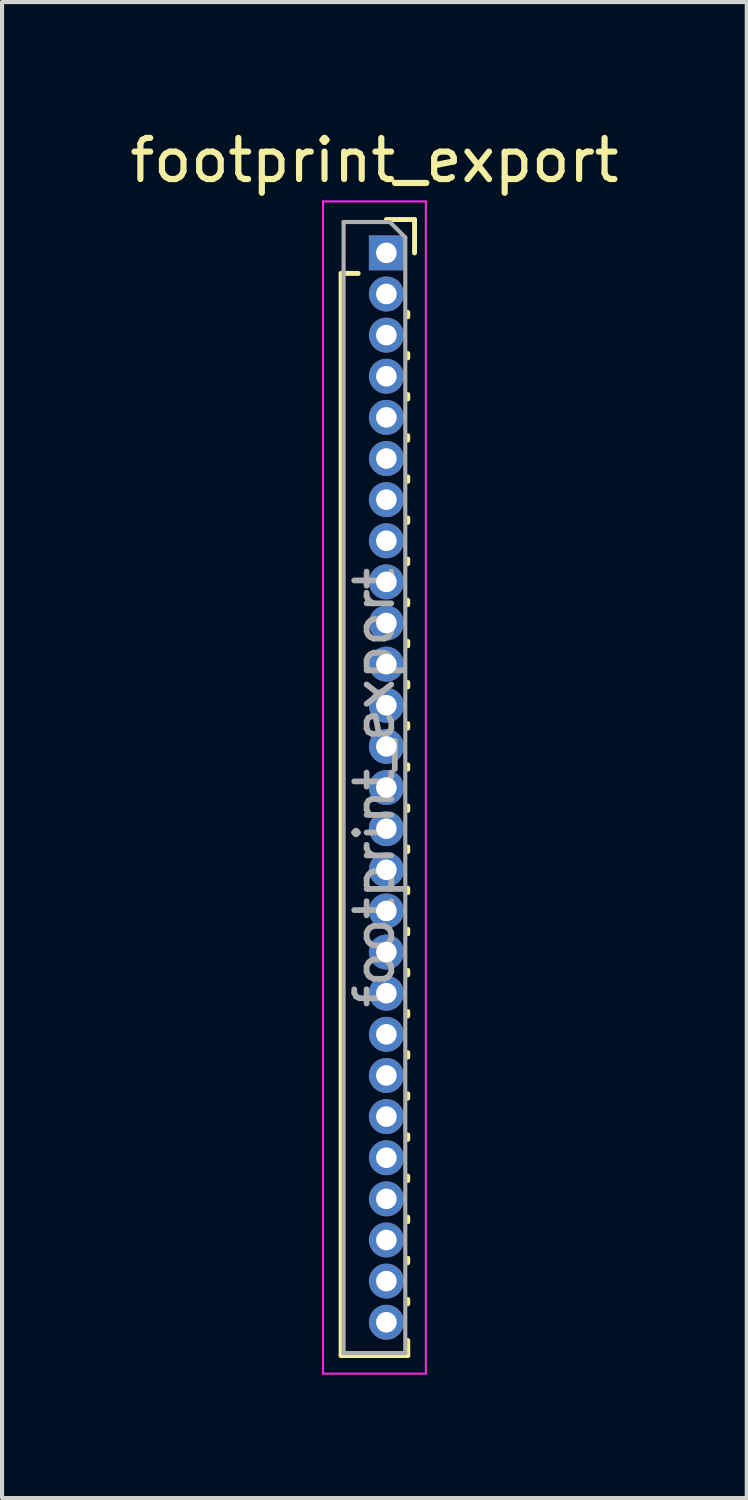
<source format=kicad_pcb>
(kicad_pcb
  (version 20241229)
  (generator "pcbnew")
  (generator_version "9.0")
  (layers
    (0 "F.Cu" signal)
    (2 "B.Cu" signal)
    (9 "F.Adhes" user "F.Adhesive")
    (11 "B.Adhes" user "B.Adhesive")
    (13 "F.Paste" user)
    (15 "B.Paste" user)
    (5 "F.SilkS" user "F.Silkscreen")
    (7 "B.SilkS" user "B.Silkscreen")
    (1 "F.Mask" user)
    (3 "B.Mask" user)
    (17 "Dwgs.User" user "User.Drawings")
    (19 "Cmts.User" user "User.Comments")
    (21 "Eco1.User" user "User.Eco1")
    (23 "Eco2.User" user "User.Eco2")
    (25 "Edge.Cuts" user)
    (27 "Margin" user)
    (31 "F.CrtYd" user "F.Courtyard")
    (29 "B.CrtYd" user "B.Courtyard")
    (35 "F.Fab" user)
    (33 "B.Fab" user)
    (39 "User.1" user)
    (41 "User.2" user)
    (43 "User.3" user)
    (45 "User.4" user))
  (footprint "footprint_export"
    (layer "F.Cu")
    (at 6.344 3.098)
    (property "Reference" "footprint_export" (at -0.29 -2.25 0) (layer "F.SilkS") (effects (font (size 1 1) (thickness 0.15))))
    (attr through_hole)
    (fp_line (start -1.1 0.5) (end -1.1 26.81) (stroke (width 0.12) (type solid)) (layer "F.SilkS"))
    (fp_line (start -1.1 0.5) (end -0.685 0.5) (stroke (width 0.12) (type solid)) (layer "F.SilkS"))
    (fp_line (start -1.1 26.81) (end 0.52 26.81) (stroke (width 0.12) (type solid)) (layer "F.SilkS"))
    (fp_line (start 0 -0.81) (end 0.685 -0.81) (stroke (width 0.12) (type solid)) (layer "F.SilkS"))
    (fp_line (start 0.52 1.446) (end 0.52 1.554) (stroke (width 0.12) (type solid)) (layer "F.SilkS"))
    (fp_line (start 0.52 2.446) (end 0.52 2.554) (stroke (width 0.12) (type solid)) (layer "F.SilkS"))
    (fp_line (start 0.52 3.446) (end 0.52 3.554) (stroke (width 0.12) (type solid)) (layer "F.SilkS"))
    (fp_line (start 0.52 4.446) (end 0.52 4.554) (stroke (width 0.12) (type solid)) (layer "F.SilkS"))
    (fp_line (start 0.52 5.446) (end 0.52 5.554) (stroke (width 0.12) (type solid)) (layer "F.SilkS"))
    (fp_line (start 0.52 6.446) (end 0.52 6.554) (stroke (width 0.12) (type solid)) (layer "F.SilkS"))
    (fp_line (start 0.52 7.446) (end 0.52 7.554) (stroke (width 0.12) (type solid)) (layer "F.SilkS"))
    (fp_line (start 0.52 8.446) (end 0.52 8.554) (stroke (width 0.12) (type solid)) (layer "F.SilkS"))
    (fp_line (start 0.52 9.446) (end 0.52 9.554) (stroke (width 0.12) (type solid)) (layer "F.SilkS"))
    (fp_line (start 0.52 10.446) (end 0.52 10.554) (stroke (width 0.12) (type solid)) (layer "F.SilkS"))
    (fp_line (start 0.52 11.446) (end 0.52 11.554) (stroke (width 0.12) (type solid)) (layer "F.SilkS"))
    (fp_line (start 0.52 12.446) (end 0.52 12.554) (stroke (width 0.12) (type solid)) (layer "F.SilkS"))
    (fp_line (start 0.52 13.446) (end 0.52 13.554) (stroke (width 0.12) (type solid)) (layer "F.SilkS"))
    (fp_line (start 0.52 14.446) (end 0.52 14.554) (stroke (width 0.12) (type solid)) (layer "F.SilkS"))
    (fp_line (start 0.52 15.446) (end 0.52 15.554) (stroke (width 0.12) (type solid)) (layer "F.SilkS"))
    (fp_line (start 0.52 16.446) (end 0.52 16.554) (stroke (width 0.12) (type solid)) (layer "F.SilkS"))
    (fp_line (start 0.52 17.446) (end 0.52 17.554) (stroke (width 0.12) (type solid)) (layer "F.SilkS"))
    (fp_line (start 0.52 18.446) (end 0.52 18.554) (stroke (width 0.12) (type solid)) (layer "F.SilkS"))
    (fp_line (start 0.52 19.446) (end 0.52 19.554) (stroke (width 0.12) (type solid)) (layer "F.SilkS"))
    (fp_line (start 0.52 20.446) (end 0.52 20.554) (stroke (width 0.12) (type solid)) (layer "F.SilkS"))
    (fp_line (start 0.52 21.446) (end 0.52 21.554) (stroke (width 0.12) (type solid)) (layer "F.SilkS"))
    (fp_line (start 0.52 22.446) (end 0.52 22.554) (stroke (width 0.12) (type solid)) (layer "F.SilkS"))
    (fp_line (start 0.52 23.446) (end 0.52 23.554) (stroke (width 0.12) (type solid)) (layer "F.SilkS"))
    (fp_line (start 0.52 24.446) (end 0.52 24.554) (stroke (width 0.12) (type solid)) (layer "F.SilkS"))
    (fp_line (start 0.52 25.446) (end 0.52 25.554) (stroke (width 0.12) (type solid)) (layer "F.SilkS"))
    (fp_line (start 0.52 26.446) (end 0.52 26.81) (stroke (width 0.12) (type solid)) (layer "F.SilkS"))
    (fp_line (start 0.685 -0.81) (end 0.685 0) (stroke (width 0.12) (type solid)) (layer "F.SilkS"))
    (fp_line (start -1.54 -1.25) (end 0.96 -1.25) (stroke (width 0.05) (type solid)) (layer "F.CrtYd"))
    (fp_line (start -1.54 27.25) (end -1.54 -1.25) (stroke (width 0.05) (type solid)) (layer "F.CrtYd"))
    (fp_line (start 0.96 -1.25) (end 0.96 27.25) (stroke (width 0.05) (type solid)) (layer "F.CrtYd"))
    (fp_line (start 0.96 27.25) (end -1.54 27.25) (stroke (width 0.05) (type solid)) (layer "F.CrtYd"))
    (fp_line (start -1.04 -0.75) (end 0.085 -0.75) (stroke (width 0.1) (type solid)) (layer "F.Fab"))
    (fp_line (start -1.04 26.75) (end -1.04 -0.75) (stroke (width 0.1) (type solid)) (layer "F.Fab"))
    (fp_line (start 0.085 -0.75) (end 0.46 -0.375) (stroke (width 0.1) (type solid)) (layer "F.Fab"))
    (fp_line (start 0.46 -0.375) (end 0.46 26.75) (stroke (width 0.1) (type solid)) (layer "F.Fab"))
    (fp_line (start 0.46 26.75) (end -1.04 26.75) (stroke (width 0.1) (type solid)) (layer "F.Fab"))
    (fp_text user "${REFERENCE}" (at -0.29 13 90) (layer "F.Fab") (effects (font (size 0.9 0.9) (thickness 0.14))))
    (pad "1" thru_hole rect (at 0 0) (size 0.85 0.85) (drill 0.5) (layers "*.Cu" "*.Mask"))
    (pad "2" thru_hole oval (at 0 1) (size 0.85 0.85) (drill 0.5) (layers "*.Cu" "*.Mask"))
    (pad "3" thru_hole oval (at 0 2) (size 0.85 0.85) (drill 0.5) (layers "*.Cu" "*.Mask"))
    (pad "4" thru_hole oval (at 0 3) (size 0.85 0.85) (drill 0.5) (layers "*.Cu" "*.Mask"))
    (pad "5" thru_hole oval (at 0 4) (size 0.85 0.85) (drill 0.5) (layers "*.Cu" "*.Mask"))
    (pad "6" thru_hole oval (at 0 5) (size 0.85 0.85) (drill 0.5) (layers "*.Cu" "*.Mask"))
    (pad "7" thru_hole oval (at 0 6) (size 0.85 0.85) (drill 0.5) (layers "*.Cu" "*.Mask"))
    (pad "8" thru_hole oval (at 0 7) (size 0.85 0.85) (drill 0.5) (layers "*.Cu" "*.Mask"))
    (pad "9" thru_hole oval (at 0 8) (size 0.85 0.85) (drill 0.5) (layers "*.Cu" "*.Mask"))
    (pad "10" thru_hole oval (at 0 9) (size 0.85 0.85) (drill 0.5) (layers "*.Cu" "*.Mask"))
    (pad "11" thru_hole oval (at 0 10) (size 0.85 0.85) (drill 0.5) (layers "*.Cu" "*.Mask"))
    (pad "12" thru_hole oval (at 0 11) (size 0.85 0.85) (drill 0.5) (layers "*.Cu" "*.Mask"))
    (pad "13" thru_hole oval (at 0 12) (size 0.85 0.85) (drill 0.5) (layers "*.Cu" "*.Mask"))
    (pad "14" thru_hole oval (at 0 13) (size 0.85 0.85) (drill 0.5) (layers "*.Cu" "*.Mask"))
    (pad "15" thru_hole oval (at 0 14) (size 0.85 0.85) (drill 0.5) (layers "*.Cu" "*.Mask"))
    (pad "16" thru_hole oval (at 0 15) (size 0.85 0.85) (drill 0.5) (layers "*.Cu" "*.Mask"))
    (pad "17" thru_hole oval (at 0 16) (size 0.85 0.85) (drill 0.5) (layers "*.Cu" "*.Mask"))
    (pad "18" thru_hole oval (at 0 17) (size 0.85 0.85) (drill 0.5) (layers "*.Cu" "*.Mask"))
    (pad "19" thru_hole oval (at 0 18) (size 0.85 0.85) (drill 0.5) (layers "*.Cu" "*.Mask"))
    (pad "20" thru_hole oval (at 0 19) (size 0.85 0.85) (drill 0.5) (layers "*.Cu" "*.Mask"))
    (pad "21" thru_hole oval (at 0 20) (size 0.85 0.85) (drill 0.5) (layers "*.Cu" "*.Mask"))
    (pad "22" thru_hole oval (at 0 21) (size 0.85 0.85) (drill 0.5) (layers "*.Cu" "*.Mask"))
    (pad "23" thru_hole oval (at 0 22) (size 0.85 0.85) (drill 0.5) (layers "*.Cu" "*.Mask"))
    (pad "24" thru_hole oval (at 0 23) (size 0.85 0.85) (drill 0.5) (layers "*.Cu" "*.Mask"))
    (pad "25" thru_hole oval (at 0 24) (size 0.85 0.85) (drill 0.5) (layers "*.Cu" "*.Mask"))
    (pad "26" thru_hole oval (at 0 25) (size 0.85 0.85) (drill 0.5) (layers "*.Cu" "*.Mask"))
    (pad "27" thru_hole oval (at 0 26) (size 0.85 0.85) (drill 0.5) (layers "*.Cu" "*.Mask")))
  (gr_rect
    (start -3 -3)
    (end 15.107 33.373)
    (stroke (width 0.1) (type default))
    (fill no)
    (layer "Edge.Cuts")))
</source>
